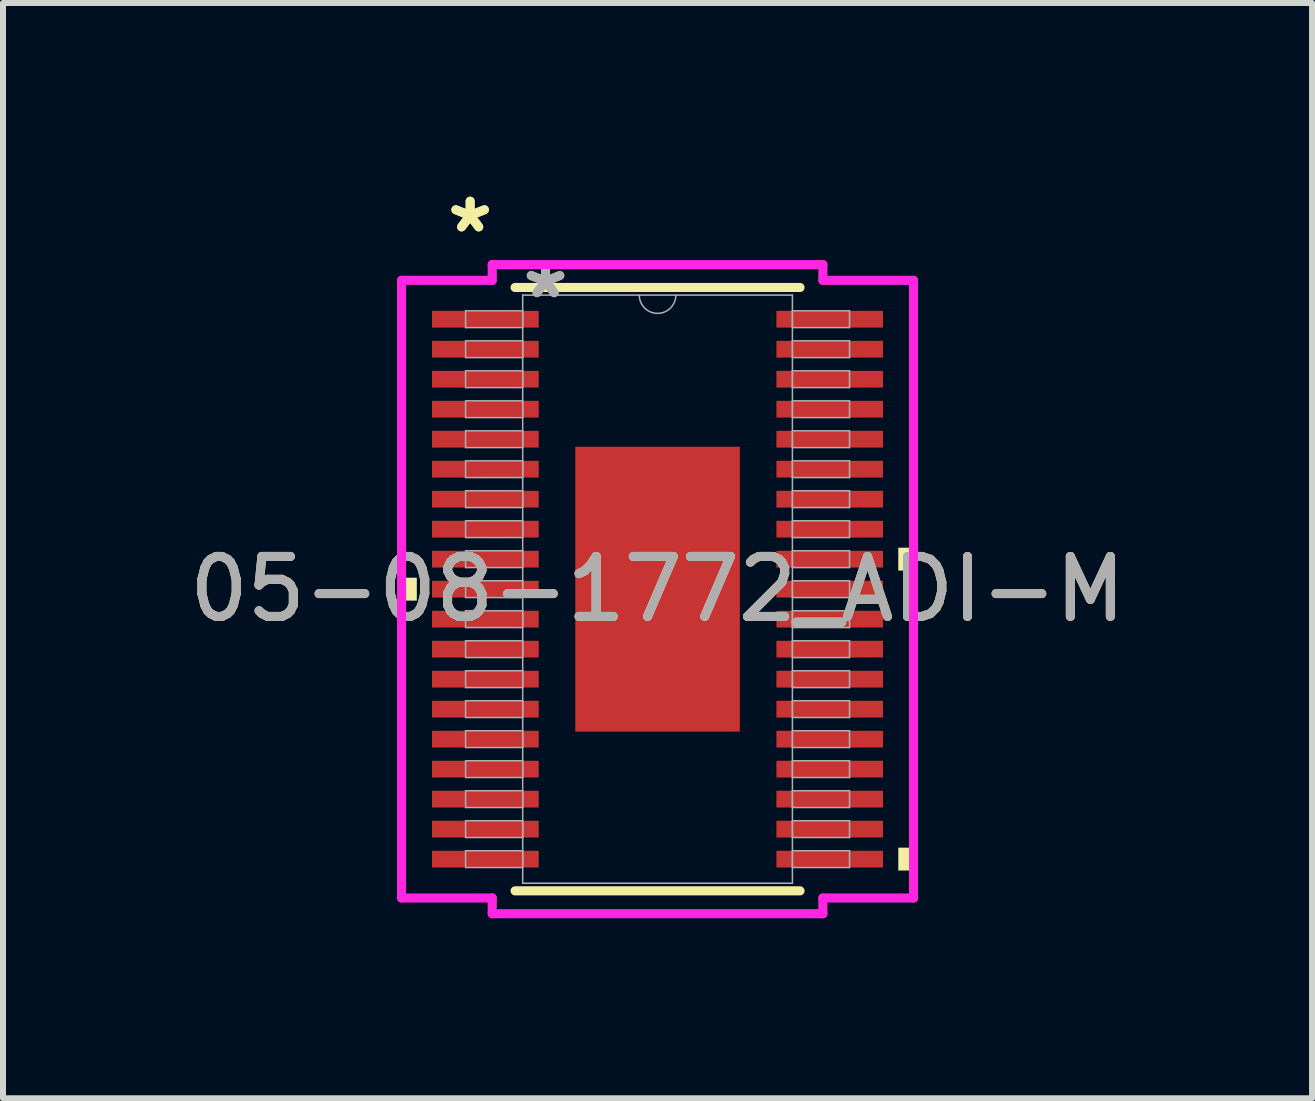
<source format=kicad_pcb>
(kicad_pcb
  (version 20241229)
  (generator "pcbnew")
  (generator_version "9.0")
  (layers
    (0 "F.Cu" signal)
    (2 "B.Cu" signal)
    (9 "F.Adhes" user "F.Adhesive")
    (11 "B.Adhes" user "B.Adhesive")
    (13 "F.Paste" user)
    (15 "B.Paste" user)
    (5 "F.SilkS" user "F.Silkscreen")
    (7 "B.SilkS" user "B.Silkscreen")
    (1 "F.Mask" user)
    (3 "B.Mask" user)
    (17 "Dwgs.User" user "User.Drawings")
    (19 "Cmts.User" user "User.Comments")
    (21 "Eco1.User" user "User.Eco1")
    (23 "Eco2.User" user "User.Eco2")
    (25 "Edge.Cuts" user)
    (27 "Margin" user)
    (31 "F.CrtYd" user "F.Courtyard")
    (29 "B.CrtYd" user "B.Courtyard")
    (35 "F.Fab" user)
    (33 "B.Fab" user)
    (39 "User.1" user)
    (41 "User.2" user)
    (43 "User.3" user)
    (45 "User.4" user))
  (footprint "05-08-1772_ADI-M"
    (layer "F.Cu")
    (at 7.911 6.771)
    (property "Reference" "05-08-1772_ADI-M" (at 0 0 0) (unlocked yes) (layer "F.SilkS") (effects (font (size 1 1) (thickness 0.15))))
    (attr smd)
    (fp_line (start -2.375 5.029) (end 2.375 5.029) (stroke (width 0.152) (type solid)) (layer "F.SilkS"))
    (fp_line (start 2.375 -5.029) (end -2.375 -5.029) (stroke (width 0.152) (type solid)) (layer "F.SilkS"))
    (fp_poly (pts (xy -4.267 -0.191) (xy -4.267 0.191) (xy -4.013 0.191) (xy -4.013 -0.191)) (stroke (width 0) (type solid)) (fill yes) (layer "F.SilkS"))
    (fp_poly (pts (xy 4.267 -0.691) (xy 4.267 -0.31) (xy 4.013 -0.31) (xy 4.013 -0.691)) (stroke (width 0) (type solid)) (fill yes) (layer "F.SilkS"))
    (fp_poly (pts (xy 4.267 4.309) (xy 4.267 4.69) (xy 4.013 4.69) (xy 4.013 4.309)) (stroke (width 0) (type solid)) (fill yes) (layer "F.SilkS"))
    (fp_poly (pts (xy -1.272 -2.275) (xy -1.272 -0.892) (xy -0.1 -0.892) (xy -0.1 -2.275)) (stroke (width 0) (type solid)) (fill yes) (layer "F.Paste"))
    (fp_poly (pts (xy -1.272 -0.692) (xy -1.272 0.692) (xy -0.1 0.692) (xy -0.1 -0.692)) (stroke (width 0) (type solid)) (fill yes) (layer "F.Paste"))
    (fp_poly (pts (xy -1.272 0.892) (xy -1.272 2.275) (xy -0.1 2.275) (xy -0.1 0.892)) (stroke (width 0) (type solid)) (fill yes) (layer "F.Paste"))
    (fp_poly (pts (xy 0.1 -2.275) (xy 0.1 -0.892) (xy 1.272 -0.892) (xy 1.272 -2.275)) (stroke (width 0) (type solid)) (fill yes) (layer "F.Paste"))
    (fp_poly (pts (xy 0.1 -0.692) (xy 0.1 0.692) (xy 1.272 0.692) (xy 1.272 -0.692)) (stroke (width 0) (type solid)) (fill yes) (layer "F.Paste"))
    (fp_poly (pts (xy 0.1 0.892) (xy 0.1 2.275) (xy 1.272 2.275) (xy 1.272 0.892)) (stroke (width 0) (type solid)) (fill yes) (layer "F.Paste"))
    (fp_line (start -4.267 -5.148) (end -2.756 -5.148) (stroke (width 0.152) (type solid)) (layer "F.CrtYd"))
    (fp_line (start -4.267 5.148) (end -4.267 -5.148) (stroke (width 0.152) (type solid)) (layer "F.CrtYd"))
    (fp_line (start -4.267 5.148) (end -2.756 5.148) (stroke (width 0.152) (type solid)) (layer "F.CrtYd"))
    (fp_line (start -2.756 -5.41) (end 2.756 -5.41) (stroke (width 0.152) (type solid)) (layer "F.CrtYd"))
    (fp_line (start -2.756 -5.148) (end -2.756 -5.41) (stroke (width 0.152) (type solid)) (layer "F.CrtYd"))
    (fp_line (start -2.756 5.41) (end -2.756 5.148) (stroke (width 0.152) (type solid)) (layer "F.CrtYd"))
    (fp_line (start 2.756 -5.41) (end 2.756 -5.148) (stroke (width 0.152) (type solid)) (layer "F.CrtYd"))
    (fp_line (start 2.756 5.148) (end 2.756 5.41) (stroke (width 0.152) (type solid)) (layer "F.CrtYd"))
    (fp_line (start 2.756 5.41) (end -2.756 5.41) (stroke (width 0.152) (type solid)) (layer "F.CrtYd"))
    (fp_line (start 4.267 -5.148) (end 2.756 -5.148) (stroke (width 0.152) (type solid)) (layer "F.CrtYd"))
    (fp_line (start 4.267 -5.148) (end 4.267 5.148) (stroke (width 0.152) (type solid)) (layer "F.CrtYd"))
    (fp_line (start 4.267 5.148) (end 2.756 5.148) (stroke (width 0.152) (type solid)) (layer "F.CrtYd"))
    (fp_line (start -3.2 -4.64) (end -3.2 -4.36) (stroke (width 0.025) (type solid)) (layer "F.Fab"))
    (fp_line (start -3.2 -4.36) (end -2.248 -4.36) (stroke (width 0.025) (type solid)) (layer "F.Fab"))
    (fp_line (start -3.2 -4.14) (end -3.2 -3.86) (stroke (width 0.025) (type solid)) (layer "F.Fab"))
    (fp_line (start -3.2 -3.86) (end -2.248 -3.86) (stroke (width 0.025) (type solid)) (layer "F.Fab"))
    (fp_line (start -3.2 -3.64) (end -3.2 -3.36) (stroke (width 0.025) (type solid)) (layer "F.Fab"))
    (fp_line (start -3.2 -3.36) (end -2.248 -3.36) (stroke (width 0.025) (type solid)) (layer "F.Fab"))
    (fp_line (start -3.2 -3.14) (end -3.2 -2.86) (stroke (width 0.025) (type solid)) (layer "F.Fab"))
    (fp_line (start -3.2 -2.86) (end -2.248 -2.86) (stroke (width 0.025) (type solid)) (layer "F.Fab"))
    (fp_line (start -3.2 -2.64) (end -3.2 -2.36) (stroke (width 0.025) (type solid)) (layer "F.Fab"))
    (fp_line (start -3.2 -2.36) (end -2.248 -2.36) (stroke (width 0.025) (type solid)) (layer "F.Fab"))
    (fp_line (start -3.2 -2.14) (end -3.2 -1.86) (stroke (width 0.025) (type solid)) (layer "F.Fab"))
    (fp_line (start -3.2 -1.86) (end -2.248 -1.86) (stroke (width 0.025) (type solid)) (layer "F.Fab"))
    (fp_line (start -3.2 -1.64) (end -3.2 -1.36) (stroke (width 0.025) (type solid)) (layer "F.Fab"))
    (fp_line (start -3.2 -1.36) (end -2.248 -1.36) (stroke (width 0.025) (type solid)) (layer "F.Fab"))
    (fp_line (start -3.2 -1.14) (end -3.2 -0.86) (stroke (width 0.025) (type solid)) (layer "F.Fab"))
    (fp_line (start -3.2 -0.86) (end -2.248 -0.86) (stroke (width 0.025) (type solid)) (layer "F.Fab"))
    (fp_line (start -3.2 -0.64) (end -3.2 -0.36) (stroke (width 0.025) (type solid)) (layer "F.Fab"))
    (fp_line (start -3.2 -0.36) (end -2.248 -0.36) (stroke (width 0.025) (type solid)) (layer "F.Fab"))
    (fp_line (start -3.2 -0.14) (end -3.2 0.14) (stroke (width 0.025) (type solid)) (layer "F.Fab"))
    (fp_line (start -3.2 0.14) (end -2.248 0.14) (stroke (width 0.025) (type solid)) (layer "F.Fab"))
    (fp_line (start -3.2 0.36) (end -3.2 0.64) (stroke (width 0.025) (type solid)) (layer "F.Fab"))
    (fp_line (start -3.2 0.64) (end -2.248 0.64) (stroke (width 0.025) (type solid)) (layer "F.Fab"))
    (fp_line (start -3.2 0.86) (end -3.2 1.14) (stroke (width 0.025) (type solid)) (layer "F.Fab"))
    (fp_line (start -3.2 1.14) (end -2.248 1.14) (stroke (width 0.025) (type solid)) (layer "F.Fab"))
    (fp_line (start -3.2 1.36) (end -3.2 1.64) (stroke (width 0.025) (type solid)) (layer "F.Fab"))
    (fp_line (start -3.2 1.64) (end -2.248 1.64) (stroke (width 0.025) (type solid)) (layer "F.Fab"))
    (fp_line (start -3.2 1.86) (end -3.2 2.14) (stroke (width 0.025) (type solid)) (layer "F.Fab"))
    (fp_line (start -3.2 2.14) (end -2.248 2.14) (stroke (width 0.025) (type solid)) (layer "F.Fab"))
    (fp_line (start -3.2 2.36) (end -3.2 2.64) (stroke (width 0.025) (type solid)) (layer "F.Fab"))
    (fp_line (start -3.2 2.64) (end -2.248 2.64) (stroke (width 0.025) (type solid)) (layer "F.Fab"))
    (fp_line (start -3.2 2.86) (end -3.2 3.14) (stroke (width 0.025) (type solid)) (layer "F.Fab"))
    (fp_line (start -3.2 3.14) (end -2.248 3.14) (stroke (width 0.025) (type solid)) (layer "F.Fab"))
    (fp_line (start -3.2 3.36) (end -3.2 3.64) (stroke (width 0.025) (type solid)) (layer "F.Fab"))
    (fp_line (start -3.2 3.64) (end -2.248 3.64) (stroke (width 0.025) (type solid)) (layer "F.Fab"))
    (fp_line (start -3.2 3.86) (end -3.2 4.14) (stroke (width 0.025) (type solid)) (layer "F.Fab"))
    (fp_line (start -3.2 4.14) (end -2.248 4.14) (stroke (width 0.025) (type solid)) (layer "F.Fab"))
    (fp_line (start -3.2 4.36) (end -3.2 4.64) (stroke (width 0.025) (type solid)) (layer "F.Fab"))
    (fp_line (start -3.2 4.64) (end -2.248 4.64) (stroke (width 0.025) (type solid)) (layer "F.Fab"))
    (fp_line (start -2.248 -4.902) (end -2.248 4.902) (stroke (width 0.025) (type solid)) (layer "F.Fab"))
    (fp_line (start -2.248 -4.64) (end -3.2 -4.64) (stroke (width 0.025) (type solid)) (layer "F.Fab"))
    (fp_line (start -2.248 -4.36) (end -2.248 -4.64) (stroke (width 0.025) (type solid)) (layer "F.Fab"))
    (fp_line (start -2.248 -4.14) (end -3.2 -4.14) (stroke (width 0.025) (type solid)) (layer "F.Fab"))
    (fp_line (start -2.248 -3.86) (end -2.248 -4.14) (stroke (width 0.025) (type solid)) (layer "F.Fab"))
    (fp_line (start -2.248 -3.64) (end -3.2 -3.64) (stroke (width 0.025) (type solid)) (layer "F.Fab"))
    (fp_line (start -2.248 -3.36) (end -2.248 -3.64) (stroke (width 0.025) (type solid)) (layer "F.Fab"))
    (fp_line (start -2.248 -3.14) (end -3.2 -3.14) (stroke (width 0.025) (type solid)) (layer "F.Fab"))
    (fp_line (start -2.248 -2.86) (end -2.248 -3.14) (stroke (width 0.025) (type solid)) (layer "F.Fab"))
    (fp_line (start -2.248 -2.64) (end -3.2 -2.64) (stroke (width 0.025) (type solid)) (layer "F.Fab"))
    (fp_line (start -2.248 -2.36) (end -2.248 -2.64) (stroke (width 0.025) (type solid)) (layer "F.Fab"))
    (fp_line (start -2.248 -2.14) (end -3.2 -2.14) (stroke (width 0.025) (type solid)) (layer "F.Fab"))
    (fp_line (start -2.248 -1.86) (end -2.248 -2.14) (stroke (width 0.025) (type solid)) (layer "F.Fab"))
    (fp_line (start -2.248 -1.64) (end -3.2 -1.64) (stroke (width 0.025) (type solid)) (layer "F.Fab"))
    (fp_line (start -2.248 -1.36) (end -2.248 -1.64) (stroke (width 0.025) (type solid)) (layer "F.Fab"))
    (fp_line (start -2.248 -1.14) (end -3.2 -1.14) (stroke (width 0.025) (type solid)) (layer "F.Fab"))
    (fp_line (start -2.248 -0.86) (end -2.248 -1.14) (stroke (width 0.025) (type solid)) (layer "F.Fab"))
    (fp_line (start -2.248 -0.64) (end -3.2 -0.64) (stroke (width 0.025) (type solid)) (layer "F.Fab"))
    (fp_line (start -2.248 -0.36) (end -2.248 -0.64) (stroke (width 0.025) (type solid)) (layer "F.Fab"))
    (fp_line (start -2.248 -0.14) (end -3.2 -0.14) (stroke (width 0.025) (type solid)) (layer "F.Fab"))
    (fp_line (start -2.248 0.14) (end -2.248 -0.14) (stroke (width 0.025) (type solid)) (layer "F.Fab"))
    (fp_line (start -2.248 0.36) (end -3.2 0.36) (stroke (width 0.025) (type solid)) (layer "F.Fab"))
    (fp_line (start -2.248 0.64) (end -2.248 0.36) (stroke (width 0.025) (type solid)) (layer "F.Fab"))
    (fp_line (start -2.248 0.86) (end -3.2 0.86) (stroke (width 0.025) (type solid)) (layer "F.Fab"))
    (fp_line (start -2.248 1.14) (end -2.248 0.86) (stroke (width 0.025) (type solid)) (layer "F.Fab"))
    (fp_line (start -2.248 1.36) (end -3.2 1.36) (stroke (width 0.025) (type solid)) (layer "F.Fab"))
    (fp_line (start -2.248 1.64) (end -2.248 1.36) (stroke (width 0.025) (type solid)) (layer "F.Fab"))
    (fp_line (start -2.248 1.86) (end -3.2 1.86) (stroke (width 0.025) (type solid)) (layer "F.Fab"))
    (fp_line (start -2.248 2.14) (end -2.248 1.86) (stroke (width 0.025) (type solid)) (layer "F.Fab"))
    (fp_line (start -2.248 2.36) (end -3.2 2.36) (stroke (width 0.025) (type solid)) (layer "F.Fab"))
    (fp_line (start -2.248 2.64) (end -2.248 2.36) (stroke (width 0.025) (type solid)) (layer "F.Fab"))
    (fp_line (start -2.248 2.86) (end -3.2 2.86) (stroke (width 0.025) (type solid)) (layer "F.Fab"))
    (fp_line (start -2.248 3.14) (end -2.248 2.86) (stroke (width 0.025) (type solid)) (layer "F.Fab"))
    (fp_line (start -2.248 3.36) (end -3.2 3.36) (stroke (width 0.025) (type solid)) (layer "F.Fab"))
    (fp_line (start -2.248 3.64) (end -2.248 3.36) (stroke (width 0.025) (type solid)) (layer "F.Fab"))
    (fp_line (start -2.248 3.86) (end -3.2 3.86) (stroke (width 0.025) (type solid)) (layer "F.Fab"))
    (fp_line (start -2.248 4.14) (end -2.248 3.86) (stroke (width 0.025) (type solid)) (layer "F.Fab"))
    (fp_line (start -2.248 4.36) (end -3.2 4.36) (stroke (width 0.025) (type solid)) (layer "F.Fab"))
    (fp_line (start -2.248 4.64) (end -2.248 4.36) (stroke (width 0.025) (type solid)) (layer "F.Fab"))
    (fp_line (start -2.248 4.902) (end 2.248 4.902) (stroke (width 0.025) (type solid)) (layer "F.Fab"))
    (fp_line (start 2.248 -4.902) (end -2.248 -4.902) (stroke (width 0.025) (type solid)) (layer "F.Fab"))
    (fp_line (start 2.248 -4.64) (end 2.248 -4.36) (stroke (width 0.025) (type solid)) (layer "F.Fab"))
    (fp_line (start 2.248 -4.36) (end 3.2 -4.36) (stroke (width 0.025) (type solid)) (layer "F.Fab"))
    (fp_line (start 2.248 -4.14) (end 2.248 -3.86) (stroke (width 0.025) (type solid)) (layer "F.Fab"))
    (fp_line (start 2.248 -3.86) (end 3.2 -3.86) (stroke (width 0.025) (type solid)) (layer "F.Fab"))
    (fp_line (start 2.248 -3.64) (end 2.248 -3.36) (stroke (width 0.025) (type solid)) (layer "F.Fab"))
    (fp_line (start 2.248 -3.36) (end 3.2 -3.36) (stroke (width 0.025) (type solid)) (layer "F.Fab"))
    (fp_line (start 2.248 -3.14) (end 2.248 -2.86) (stroke (width 0.025) (type solid)) (layer "F.Fab"))
    (fp_line (start 2.248 -2.86) (end 3.2 -2.86) (stroke (width 0.025) (type solid)) (layer "F.Fab"))
    (fp_line (start 2.248 -2.64) (end 2.248 -2.36) (stroke (width 0.025) (type solid)) (layer "F.Fab"))
    (fp_line (start 2.248 -2.36) (end 3.2 -2.36) (stroke (width 0.025) (type solid)) (layer "F.Fab"))
    (fp_line (start 2.248 -2.14) (end 2.248 -1.86) (stroke (width 0.025) (type solid)) (layer "F.Fab"))
    (fp_line (start 2.248 -1.86) (end 3.2 -1.86) (stroke (width 0.025) (type solid)) (layer "F.Fab"))
    (fp_line (start 2.248 -1.64) (end 2.248 -1.36) (stroke (width 0.025) (type solid)) (layer "F.Fab"))
    (fp_line (start 2.248 -1.36) (end 3.2 -1.36) (stroke (width 0.025) (type solid)) (layer "F.Fab"))
    (fp_line (start 2.248 -1.14) (end 2.248 -0.86) (stroke (width 0.025) (type solid)) (layer "F.Fab"))
    (fp_line (start 2.248 -0.86) (end 3.2 -0.86) (stroke (width 0.025) (type solid)) (layer "F.Fab"))
    (fp_line (start 2.248 -0.64) (end 2.248 -0.36) (stroke (width 0.025) (type solid)) (layer "F.Fab"))
    (fp_line (start 2.248 -0.36) (end 3.2 -0.36) (stroke (width 0.025) (type solid)) (layer "F.Fab"))
    (fp_line (start 2.248 -0.14) (end 2.248 0.14) (stroke (width 0.025) (type solid)) (layer "F.Fab"))
    (fp_line (start 2.248 0.14) (end 3.2 0.14) (stroke (width 0.025) (type solid)) (layer "F.Fab"))
    (fp_line (start 2.248 0.36) (end 2.248 0.64) (stroke (width 0.025) (type solid)) (layer "F.Fab"))
    (fp_line (start 2.248 0.64) (end 3.2 0.64) (stroke (width 0.025) (type solid)) (layer "F.Fab"))
    (fp_line (start 2.248 0.86) (end 2.248 1.14) (stroke (width 0.025) (type solid)) (layer "F.Fab"))
    (fp_line (start 2.248 1.14) (end 3.2 1.14) (stroke (width 0.025) (type solid)) (layer "F.Fab"))
    (fp_line (start 2.248 1.36) (end 2.248 1.64) (stroke (width 0.025) (type solid)) (layer "F.Fab"))
    (fp_line (start 2.248 1.64) (end 3.2 1.64) (stroke (width 0.025) (type solid)) (layer "F.Fab"))
    (fp_line (start 2.248 1.86) (end 2.248 2.14) (stroke (width 0.025) (type solid)) (layer "F.Fab"))
    (fp_line (start 2.248 2.14) (end 3.2 2.14) (stroke (width 0.025) (type solid)) (layer "F.Fab"))
    (fp_line (start 2.248 2.36) (end 2.248 2.64) (stroke (width 0.025) (type solid)) (layer "F.Fab"))
    (fp_line (start 2.248 2.64) (end 3.2 2.64) (stroke (width 0.025) (type solid)) (layer "F.Fab"))
    (fp_line (start 2.248 2.86) (end 2.248 3.14) (stroke (width 0.025) (type solid)) (layer "F.Fab"))
    (fp_line (start 2.248 3.14) (end 3.2 3.14) (stroke (width 0.025) (type solid)) (layer "F.Fab"))
    (fp_line (start 2.248 3.36) (end 2.248 3.64) (stroke (width 0.025) (type solid)) (layer "F.Fab"))
    (fp_line (start 2.248 3.64) (end 3.2 3.64) (stroke (width 0.025) (type solid)) (layer "F.Fab"))
    (fp_line (start 2.248 3.86) (end 2.248 4.14) (stroke (width 0.025) (type solid)) (layer "F.Fab"))
    (fp_line (start 2.248 4.14) (end 3.2 4.14) (stroke (width 0.025) (type solid)) (layer "F.Fab"))
    (fp_line (start 2.248 4.36) (end 2.248 4.64) (stroke (width 0.025) (type solid)) (layer "F.Fab"))
    (fp_line (start 2.248 4.64) (end 3.2 4.64) (stroke (width 0.025) (type solid)) (layer "F.Fab"))
    (fp_line (start 2.248 4.902) (end 2.248 -4.902) (stroke (width 0.025) (type solid)) (layer "F.Fab"))
    (fp_line (start 3.2 -4.64) (end 2.248 -4.64) (stroke (width 0.025) (type solid)) (layer "F.Fab"))
    (fp_line (start 3.2 -4.36) (end 3.2 -4.64) (stroke (width 0.025) (type solid)) (layer "F.Fab"))
    (fp_line (start 3.2 -4.14) (end 2.248 -4.14) (stroke (width 0.025) (type solid)) (layer "F.Fab"))
    (fp_line (start 3.2 -3.86) (end 3.2 -4.14) (stroke (width 0.025) (type solid)) (layer "F.Fab"))
    (fp_line (start 3.2 -3.64) (end 2.248 -3.64) (stroke (width 0.025) (type solid)) (layer "F.Fab"))
    (fp_line (start 3.2 -3.36) (end 3.2 -3.64) (stroke (width 0.025) (type solid)) (layer "F.Fab"))
    (fp_line (start 3.2 -3.14) (end 2.248 -3.14) (stroke (width 0.025) (type solid)) (layer "F.Fab"))
    (fp_line (start 3.2 -2.86) (end 3.2 -3.14) (stroke (width 0.025) (type solid)) (layer "F.Fab"))
    (fp_line (start 3.2 -2.64) (end 2.248 -2.64) (stroke (width 0.025) (type solid)) (layer "F.Fab"))
    (fp_line (start 3.2 -2.36) (end 3.2 -2.64) (stroke (width 0.025) (type solid)) (layer "F.Fab"))
    (fp_line (start 3.2 -2.14) (end 2.248 -2.14) (stroke (width 0.025) (type solid)) (layer "F.Fab"))
    (fp_line (start 3.2 -1.86) (end 3.2 -2.14) (stroke (width 0.025) (type solid)) (layer "F.Fab"))
    (fp_line (start 3.2 -1.64) (end 2.248 -1.64) (stroke (width 0.025) (type solid)) (layer "F.Fab"))
    (fp_line (start 3.2 -1.36) (end 3.2 -1.64) (stroke (width 0.025) (type solid)) (layer "F.Fab"))
    (fp_line (start 3.2 -1.14) (end 2.248 -1.14) (stroke (width 0.025) (type solid)) (layer "F.Fab"))
    (fp_line (start 3.2 -0.86) (end 3.2 -1.14) (stroke (width 0.025) (type solid)) (layer "F.Fab"))
    (fp_line (start 3.2 -0.64) (end 2.248 -0.64) (stroke (width 0.025) (type solid)) (layer "F.Fab"))
    (fp_line (start 3.2 -0.36) (end 3.2 -0.64) (stroke (width 0.025) (type solid)) (layer "F.Fab"))
    (fp_line (start 3.2 -0.14) (end 2.248 -0.14) (stroke (width 0.025) (type solid)) (layer "F.Fab"))
    (fp_line (start 3.2 0.14) (end 3.2 -0.14) (stroke (width 0.025) (type solid)) (layer "F.Fab"))
    (fp_line (start 3.2 0.36) (end 2.248 0.36) (stroke (width 0.025) (type solid)) (layer "F.Fab"))
    (fp_line (start 3.2 0.64) (end 3.2 0.36) (stroke (width 0.025) (type solid)) (layer "F.Fab"))
    (fp_line (start 3.2 0.86) (end 2.248 0.86) (stroke (width 0.025) (type solid)) (layer "F.Fab"))
    (fp_line (start 3.2 1.14) (end 3.2 0.86) (stroke (width 0.025) (type solid)) (layer "F.Fab"))
    (fp_line (start 3.2 1.36) (end 2.248 1.36) (stroke (width 0.025) (type solid)) (layer "F.Fab"))
    (fp_line (start 3.2 1.64) (end 3.2 1.36) (stroke (width 0.025) (type solid)) (layer "F.Fab"))
    (fp_line (start 3.2 1.86) (end 2.248 1.86) (stroke (width 0.025) (type solid)) (layer "F.Fab"))
    (fp_line (start 3.2 2.14) (end 3.2 1.86) (stroke (width 0.025) (type solid)) (layer "F.Fab"))
    (fp_line (start 3.2 2.36) (end 2.248 2.36) (stroke (width 0.025) (type solid)) (layer "F.Fab"))
    (fp_line (start 3.2 2.64) (end 3.2 2.36) (stroke (width 0.025) (type solid)) (layer "F.Fab"))
    (fp_line (start 3.2 2.86) (end 2.248 2.86) (stroke (width 0.025) (type solid)) (layer "F.Fab"))
    (fp_line (start 3.2 3.14) (end 3.2 2.86) (stroke (width 0.025) (type solid)) (layer "F.Fab"))
    (fp_line (start 3.2 3.36) (end 2.248 3.36) (stroke (width 0.025) (type solid)) (layer "F.Fab"))
    (fp_line (start 3.2 3.64) (end 3.2 3.36) (stroke (width 0.025) (type solid)) (layer "F.Fab"))
    (fp_line (start 3.2 3.86) (end 2.248 3.86) (stroke (width 0.025) (type solid)) (layer "F.Fab"))
    (fp_line (start 3.2 4.14) (end 3.2 3.86) (stroke (width 0.025) (type solid)) (layer "F.Fab"))
    (fp_line (start 3.2 4.36) (end 2.248 4.36) (stroke (width 0.025) (type solid)) (layer "F.Fab"))
    (fp_line (start 3.2 4.64) (end 3.2 4.36) (stroke (width 0.025) (type solid)) (layer "F.Fab"))
    (fp_arc (start 0.3048 -4.9022) (mid 0 -4.5974) (end -0.3048 -4.9022) (stroke (width 0.0254) (type solid)) (layer "F.Fab"))
    (fp_text user "*" (at -3.124 -5.922 0) (unlocked yes) (layer "F.SilkS") (effects (font (size 1 1) (thickness 0.15))))
    (fp_text user "*" (at -3.124 -5.922 0) (layer "F.SilkS") (effects (font (size 1 1) (thickness 0.15))))
    (fp_text user "*" (at -1.867 -4.826 0) (unlocked yes) (layer "F.Fab") (effects (font (size 1 1) (thickness 0.15))))
    (fp_text user "${REFERENCE}" (at 0 0 0) (unlocked yes) (layer "F.Fab") (effects (font (size 1 1) (thickness 0.15))))
    (fp_text user "*" (at -1.867 -4.826 0) (layer "F.Fab") (effects (font (size 1 1) (thickness 0.15))))
    (pad "1" smd rect (at -2.87 -4.5) (size 1.778 0.279) (layers "F.Cu" "F.Mask" "F.Paste"))
    (pad "2" smd rect (at -2.87 -4) (size 1.778 0.279) (layers "F.Cu" "F.Mask" "F.Paste"))
    (pad "3" smd rect (at -2.87 -3.5) (size 1.778 0.279) (layers "F.Cu" "F.Mask" "F.Paste"))
    (pad "4" smd rect (at -2.87 -3) (size 1.778 0.279) (layers "F.Cu" "F.Mask" "F.Paste"))
    (pad "5" smd rect (at -2.87 -2.5) (size 1.778 0.279) (layers "F.Cu" "F.Mask" "F.Paste"))
    (pad "6" smd rect (at -2.87 -2) (size 1.778 0.279) (layers "F.Cu" "F.Mask" "F.Paste"))
    (pad "7" smd rect (at -2.87 -1.5) (size 1.778 0.279) (layers "F.Cu" "F.Mask" "F.Paste"))
    (pad "8" smd rect (at -2.87 -1) (size 1.778 0.279) (layers "F.Cu" "F.Mask" "F.Paste"))
    (pad "9" smd rect (at -2.87 -0.5) (size 1.778 0.279) (layers "F.Cu" "F.Mask" "F.Paste"))
    (pad "10" smd rect (at -2.87 0) (size 1.778 0.279) (layers "F.Cu" "F.Mask" "F.Paste"))
    (pad "11" smd rect (at -2.87 0.5) (size 1.778 0.279) (layers "F.Cu" "F.Mask" "F.Paste"))
    (pad "12" smd rect (at -2.87 1) (size 1.778 0.279) (layers "F.Cu" "F.Mask" "F.Paste"))
    (pad "13" smd rect (at -2.87 1.5) (size 1.778 0.279) (layers "F.Cu" "F.Mask" "F.Paste"))
    (pad "14" smd rect (at -2.87 2) (size 1.778 0.279) (layers "F.Cu" "F.Mask" "F.Paste"))
    (pad "15" smd rect (at -2.87 2.5) (size 1.778 0.279) (layers "F.Cu" "F.Mask" "F.Paste"))
    (pad "16" smd rect (at -2.87 3) (size 1.778 0.279) (layers "F.Cu" "F.Mask" "F.Paste"))
    (pad "17" smd rect (at -2.87 3.5) (size 1.778 0.279) (layers "F.Cu" "F.Mask" "F.Paste"))
    (pad "18" smd rect (at -2.87 4) (size 1.778 0.279) (layers "F.Cu" "F.Mask" "F.Paste"))
    (pad "19" smd rect (at -2.87 4.5) (size 1.778 0.279) (layers "F.Cu" "F.Mask" "F.Paste"))
    (pad "20" smd rect (at 2.87 4.5) (size 1.778 0.279) (layers "F.Cu" "F.Mask" "F.Paste"))
    (pad "21" smd rect (at 2.87 4) (size 1.778 0.279) (layers "F.Cu" "F.Mask" "F.Paste"))
    (pad "22" smd rect (at 2.87 3.5) (size 1.778 0.279) (layers "F.Cu" "F.Mask" "F.Paste"))
    (pad "23" smd rect (at 2.87 3) (size 1.778 0.279) (layers "F.Cu" "F.Mask" "F.Paste"))
    (pad "24" smd rect (at 2.87 2.5) (size 1.778 0.279) (layers "F.Cu" "F.Mask" "F.Paste"))
    (pad "25" smd rect (at 2.87 2) (size 1.778 0.279) (layers "F.Cu" "F.Mask" "F.Paste"))
    (pad "26" smd rect (at 2.87 1.5) (size 1.778 0.279) (layers "F.Cu" "F.Mask" "F.Paste"))
    (pad "27" smd rect (at 2.87 1) (size 1.778 0.279) (layers "F.Cu" "F.Mask" "F.Paste"))
    (pad "28" smd rect (at 2.87 0.5) (size 1.778 0.279) (layers "F.Cu" "F.Mask" "F.Paste"))
    (pad "29" smd rect (at 2.87 0) (size 1.778 0.279) (layers "F.Cu" "F.Mask" "F.Paste"))
    (pad "30" smd rect (at 2.87 -0.5) (size 1.778 0.279) (layers "F.Cu" "F.Mask" "F.Paste"))
    (pad "31" smd rect (at 2.87 -1) (size 1.778 0.279) (layers "F.Cu" "F.Mask" "F.Paste"))
    (pad "32" smd rect (at 2.87 -1.5) (size 1.778 0.279) (layers "F.Cu" "F.Mask" "F.Paste"))
    (pad "33" smd rect (at 2.87 -2) (size 1.778 0.279) (layers "F.Cu" "F.Mask" "F.Paste"))
    (pad "34" smd rect (at 2.87 -2.5) (size 1.778 0.279) (layers "F.Cu" "F.Mask" "F.Paste"))
    (pad "35" smd rect (at 2.87 -3) (size 1.778 0.279) (layers "F.Cu" "F.Mask" "F.Paste"))
    (pad "36" smd rect (at 2.87 -3.5) (size 1.778 0.279) (layers "F.Cu" "F.Mask" "F.Paste"))
    (pad "37" smd rect (at 2.87 -4) (size 1.778 0.279) (layers "F.Cu" "F.Mask" "F.Paste"))
    (pad "38" smd rect (at 2.87 -4.5) (size 1.778 0.279) (layers "F.Cu" "F.Mask" "F.Paste"))
    (pad "39" smd rect (at 0 0) (size 2.743 4.75) (layers "F.Cu" "F.Mask")))
  (gr_rect
    (start -3 -3)
    (end 18.821 15.257)
    (stroke (width 0.1) (type default))
    (fill no)
    (layer "Edge.Cuts")))
</source>
